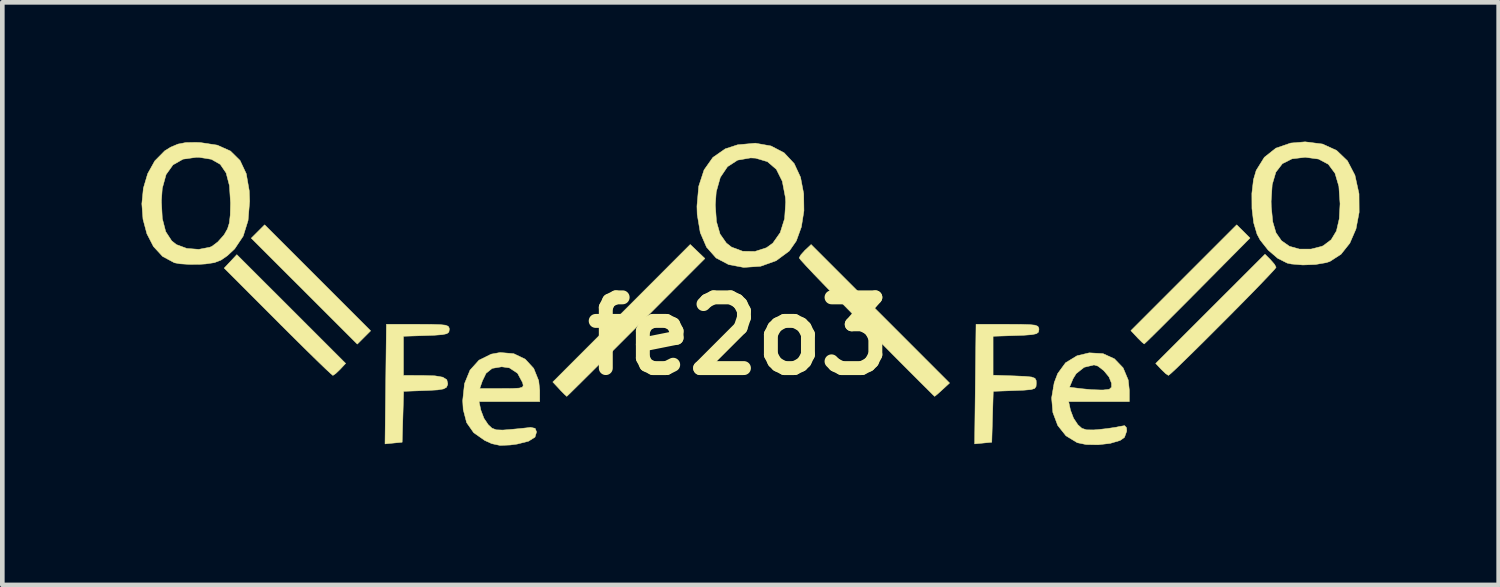
<source format=kicad_pcb>
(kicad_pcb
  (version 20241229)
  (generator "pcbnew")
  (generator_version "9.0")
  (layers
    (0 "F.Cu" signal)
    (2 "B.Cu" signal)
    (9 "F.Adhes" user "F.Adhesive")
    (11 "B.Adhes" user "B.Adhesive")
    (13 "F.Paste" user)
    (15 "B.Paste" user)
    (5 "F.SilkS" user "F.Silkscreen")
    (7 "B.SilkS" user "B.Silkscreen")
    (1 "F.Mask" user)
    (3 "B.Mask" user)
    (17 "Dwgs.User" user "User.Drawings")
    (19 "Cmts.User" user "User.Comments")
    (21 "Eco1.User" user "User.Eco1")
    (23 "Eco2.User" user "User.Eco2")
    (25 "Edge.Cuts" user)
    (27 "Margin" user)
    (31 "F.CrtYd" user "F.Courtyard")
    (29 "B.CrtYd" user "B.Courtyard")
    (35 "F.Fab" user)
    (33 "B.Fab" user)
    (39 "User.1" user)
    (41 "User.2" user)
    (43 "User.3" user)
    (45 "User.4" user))
  (footprint "fe2o3"
    (layer "F.Cu")
    (at 12.865 4.189)
    (property "Reference" "fe2o3" (at 0 0 0) (layer "F.SilkS") (effects (font (size 1.524 1.524) (thickness 0.3))))
    (attr through_hole)
    (fp_poly (pts (xy -9.074 -1.256) (xy -7.932 -0.114) (xy -8.219 0.173) (xy -9.361 -0.968) (xy -10.503 -2.109) (xy -10.359 -2.253) (xy -10.215 -2.397) (xy -9.074 -1.256)) (stroke (width 0.01) (type solid)) (fill yes) (layer "F.SilkS"))
    (fp_poly (pts (xy 11.009 -2.112) (xy 9.878 -0.971) (xy 9.587 -0.678) (xy 9.322 -0.413) (xy 9.094 -0.185) (xy 8.913 -0.006) (xy 8.789 0.115) (xy 8.732 0.168) (xy 8.73 0.169) (xy 8.684 0.133) (xy 8.593 0.043) (xy 8.578 0.026) (xy 8.443 -0.117) (xy 9.583 -1.257) (xy 10.723 -2.397) (xy 11.009 -2.112)) (stroke (width 0.01) (type solid)) (fill yes) (layer "F.SilkS"))
    (fp_poly (pts (xy -9.642 -0.583) (xy -8.47 0.589) (xy -8.591 0.718) (xy -8.685 0.808) (xy -8.744 0.847) (xy -8.745 0.847) (xy -8.792 0.808) (xy -8.908 0.7) (xy -9.083 0.531) (xy -9.307 0.312) (xy -9.569 0.053) (xy -9.86 -0.236) (xy -9.932 -0.309) (xy -11.086 -1.464) (xy -10.95 -1.609) (xy -10.814 -1.754) (xy -9.642 -0.583)) (stroke (width 0.01) (type solid)) (fill yes) (layer "F.SilkS"))
    (fp_poly (pts (xy -0.89 -1.822) (xy -0.732 -1.671) (xy -2.214 -0.186) (xy -2.549 0.149) (xy -2.858 0.458) (xy -3.133 0.732) (xy -3.364 0.962) (xy -3.543 1.139) (xy -3.66 1.254) (xy -3.707 1.298) (xy -3.708 1.298) (xy -3.75 1.261) (xy -3.84 1.17) (xy -3.864 1.143) (xy -4.008 0.989) (xy -2.528 -0.492) (xy -1.048 -1.973) (xy -0.89 -1.822)) (stroke (width 0.01) (type solid)) (fill yes) (layer "F.SilkS"))
    (fp_poly (pts (xy 11.451 -1.644) (xy 11.537 -1.545) (xy 11.571 -1.481) (xy 11.533 -1.432) (xy 11.426 -1.317) (xy 11.264 -1.147) (xy 11.058 -0.934) (xy 10.82 -0.692) (xy 10.563 -0.432) (xy 10.298 -0.167) (xy 10.04 0.091) (xy 9.798 0.33) (xy 9.586 0.537) (xy 9.417 0.701) (xy 9.301 0.808) (xy 9.252 0.847) (xy 9.252 0.847) (xy 9.195 0.81) (xy 9.102 0.721) (xy 9.099 0.718) (xy 8.978 0.589) (xy 10.155 -0.587) (xy 11.332 -1.763) (xy 11.451 -1.644)) (stroke (width 0.01) (type solid)) (fill yes) (layer "F.SilkS"))
    (fp_poly (pts (xy 3.047 -0.481) (xy 4.538 1.011) (xy 4.383 1.154) (xy 4.28 1.247) (xy 4.22 1.296) (xy 4.216 1.298) (xy 4.175 1.26) (xy 4.064 1.149) (xy 3.891 0.977) (xy 3.665 0.751) (xy 3.395 0.48) (xy 3.091 0.173) (xy 2.76 -0.161) (xy 2.751 -0.17) (xy 2.42 -0.506) (xy 2.115 -0.817) (xy 1.846 -1.095) (xy 1.62 -1.329) (xy 1.448 -1.512) (xy 1.338 -1.633) (xy 1.298 -1.684) (xy 1.298 -1.684) (xy 1.336 -1.751) (xy 1.425 -1.85) (xy 1.427 -1.851) (xy 1.556 -1.972) (xy 3.047 -0.481)) (stroke (width 0.01) (type solid)) (fill yes) (layer "F.SilkS"))
    (fp_poly (pts (xy -6.629 -0.253) (xy -6.437 -0.247) (xy -6.32 -0.235) (xy -6.261 -0.211) (xy -6.24 -0.174) (xy -6.237 -0.141) (xy -6.247 -0.086) (xy -6.29 -0.052) (xy -6.388 -0.031) (xy -6.564 -0.018) (xy -6.731 -0.012) (xy -7.225 0.004) (xy -7.225 0.847) (xy -6.816 0.848) (xy -6.548 0.856) (xy -6.378 0.885) (xy -6.291 0.94) (xy -6.271 1.025) (xy -6.275 1.051) (xy -6.299 1.104) (xy -6.362 1.138) (xy -6.486 1.159) (xy -6.696 1.171) (xy -6.758 1.173) (xy -7.221 1.19) (xy -7.253 2.286) (xy -7.438 2.304) (xy -7.622 2.322) (xy -7.607 1.034) (xy -7.592 -0.254) (xy -6.914 -0.254) (xy -6.629 -0.253)) (stroke (width 0.01) (type solid)) (fill yes) (layer "F.SilkS"))
    (fp_poly (pts (xy 6.071 -0.253) (xy 6.263 -0.247) (xy 6.38 -0.235) (xy 6.439 -0.211) (xy 6.46 -0.174) (xy 6.463 -0.141) (xy 6.453 -0.086) (xy 6.41 -0.052) (xy 6.312 -0.031) (xy 6.136 -0.018) (xy 5.969 -0.012) (xy 5.475 0.004) (xy 5.475 0.842) (xy 5.941 0.858) (xy 6.169 0.868) (xy 6.307 0.882) (xy 6.377 0.909) (xy 6.403 0.955) (xy 6.406 1.016) (xy 6.401 1.085) (xy 6.371 1.128) (xy 6.292 1.152) (xy 6.142 1.165) (xy 5.943 1.173) (xy 5.479 1.19) (xy 5.447 2.286) (xy 5.262 2.304) (xy 5.078 2.322) (xy 5.093 1.034) (xy 5.108 -0.254) (xy 5.786 -0.254) (xy 6.071 -0.253)) (stroke (width 0.01) (type solid)) (fill yes) (layer "F.SilkS"))
    (fp_poly (pts (xy 0.692 -4.095) (xy 0.975 -3.947) (xy 1.191 -3.716) (xy 1.328 -3.421) (xy 1.396 -3.065) (xy 1.401 -2.699) (xy 1.346 -2.351) (xy 1.237 -2.05) (xy 1.087 -1.834) (xy 0.803 -1.624) (xy 0.468 -1.504) (xy 0.105 -1.479) (xy -0.22 -1.54) (xy -0.491 -1.683) (xy -0.696 -1.914) (xy -0.832 -2.229) (xy -0.898 -2.623) (xy -0.903 -2.794) (xy -0.901 -2.823) (xy -0.508 -2.823) (xy -0.483 -2.466) (xy -0.406 -2.198) (xy -0.27 -2.004) (xy -0.159 -1.917) (xy 0.082 -1.827) (xy 0.346 -1.823) (xy 0.594 -1.903) (xy 0.73 -2.001) (xy 0.89 -2.228) (xy 0.985 -2.53) (xy 1.008 -2.885) (xy 1.002 -2.984) (xy 0.935 -3.335) (xy 0.807 -3.592) (xy 0.615 -3.757) (xy 0.358 -3.833) (xy 0.251 -3.838) (xy -0.027 -3.79) (xy -0.245 -3.649) (xy -0.4 -3.419) (xy -0.488 -3.106) (xy -0.508 -2.823) (xy -0.901 -2.823) (xy -0.865 -3.227) (xy -0.75 -3.579) (xy -0.56 -3.848) (xy -0.294 -4.033) (xy -0.028 -4.12) (xy 0.354 -4.155) (xy 0.692 -4.095)) (stroke (width 0.01) (type solid)) (fill yes) (layer "F.SilkS"))
    (fp_poly (pts (xy -4.849 0.379) (xy -4.602 0.497) (xy -4.419 0.696) (xy -4.312 0.961) (xy -4.29 1.17) (xy -4.29 1.411) (xy -5.597 1.411) (xy -5.558 1.595) (xy -5.492 1.77) (xy -5.398 1.91) (xy -5.318 1.984) (xy -5.226 2.019) (xy -5.086 2.024) (xy -4.939 2.013) (xy -4.736 1.994) (xy -4.566 1.976) (xy -4.487 1.966) (xy -4.389 1.987) (xy -4.358 2.064) (xy -4.392 2.177) (xy -4.531 2.264) (xy -4.777 2.326) (xy -4.927 2.346) (xy -5.144 2.355) (xy -5.322 2.317) (xy -5.474 2.248) (xy -5.712 2.081) (xy -5.864 1.864) (xy -5.938 1.581) (xy -5.949 1.389) (xy -5.921 1.129) (xy -5.582 1.129) (xy -5.101 1.129) (xy -4.869 1.128) (xy -4.73 1.12) (xy -4.662 1.1) (xy -4.645 1.062) (xy -4.659 1.002) (xy -4.768 0.8) (xy -4.944 0.684) (xy -5.109 0.661) (xy -5.313 0.695) (xy -5.445 0.8) (xy -5.524 0.963) (xy -5.582 1.129) (xy -5.921 1.129) (xy -5.91 1.025) (xy -5.791 0.733) (xy -5.598 0.519) (xy -5.335 0.389) (xy -5.143 0.354) (xy -4.849 0.379)) (stroke (width 0.01) (type solid)) (fill yes) (layer "F.SilkS"))
    (fp_poly (pts (xy 7.843 0.378) (xy 8.09 0.49) (xy 8.276 0.684) (xy 8.386 0.946) (xy 8.41 1.17) (xy 8.41 1.411) (xy 7.103 1.411) (xy 7.142 1.595) (xy 7.208 1.769) (xy 7.301 1.909) (xy 7.387 1.986) (xy 7.487 2.019) (xy 7.641 2.021) (xy 7.733 2.014) (xy 7.94 1.991) (xy 8.125 1.963) (xy 8.199 1.947) (xy 8.309 1.929) (xy 8.349 1.974) (xy 8.354 2.045) (xy 8.305 2.182) (xy 8.211 2.248) (xy 7.997 2.311) (xy 7.736 2.341) (xy 7.48 2.336) (xy 7.288 2.296) (xy 7.045 2.148) (xy 6.868 1.925) (xy 6.763 1.646) (xy 6.736 1.332) (xy 6.775 1.101) (xy 7.121 1.101) (xy 7.384 1.134) (xy 7.595 1.154) (xy 7.797 1.161) (xy 7.846 1.161) (xy 7.978 1.146) (xy 8.027 1.1) (xy 8.026 1.014) (xy 7.972 0.88) (xy 7.862 0.746) (xy 7.735 0.647) (xy 7.649 0.621) (xy 7.437 0.672) (xy 7.265 0.808) (xy 7.198 0.917) (xy 7.121 1.101) (xy 6.775 1.101) (xy 6.792 1.003) (xy 6.867 0.807) (xy 7.036 0.575) (xy 7.283 0.424) (xy 7.547 0.361) (xy 7.843 0.378)) (stroke (width 0.01) (type solid)) (fill yes) (layer "F.SilkS"))
    (fp_poly (pts (xy 12.57 -4.137) (xy 12.874 -3.999) (xy 13.108 -3.775) (xy 13.269 -3.465) (xy 13.355 -3.074) (xy 13.357 -3.062) (xy 13.36 -2.667) (xy 13.292 -2.308) (xy 13.159 -2.001) (xy 12.969 -1.762) (xy 12.73 -1.608) (xy 12.652 -1.582) (xy 12.418 -1.542) (xy 12.147 -1.532) (xy 11.899 -1.553) (xy 11.811 -1.572) (xy 11.606 -1.675) (xy 11.4 -1.852) (xy 11.228 -2.069) (xy 11.161 -2.194) (xy 11.088 -2.441) (xy 11.051 -2.749) (xy 11.05 -2.904) (xy 11.464 -2.904) (xy 11.467 -2.787) (xy 11.499 -2.461) (xy 11.569 -2.224) (xy 11.687 -2.054) (xy 11.859 -1.934) (xy 12.073 -1.874) (xy 12.324 -1.874) (xy 12.556 -1.933) (xy 12.589 -1.948) (xy 12.758 -2.076) (xy 12.871 -2.264) (xy 12.932 -2.528) (xy 12.949 -2.85) (xy 12.923 -3.226) (xy 12.84 -3.507) (xy 12.696 -3.701) (xy 12.486 -3.813) (xy 12.205 -3.851) (xy 12.192 -3.851) (xy 11.914 -3.818) (xy 11.707 -3.714) (xy 11.566 -3.531) (xy 11.487 -3.263) (xy 11.464 -2.904) (xy 11.05 -2.904) (xy 11.049 -3.072) (xy 11.084 -3.37) (xy 11.142 -3.568) (xy 11.318 -3.851) (xy 11.567 -4.048) (xy 11.887 -4.158) (xy 12.197 -4.184) (xy 12.57 -4.137)) (stroke (width 0.01) (type solid)) (fill yes) (layer "F.SilkS"))
    (fp_poly (pts (xy -11.599 -4.168) (xy -11.235 -4.113) (xy -10.951 -3.986) (xy -10.745 -3.783) (xy -10.611 -3.498) (xy -10.546 -3.127) (xy -10.538 -2.905) (xy -10.572 -2.49) (xy -10.677 -2.153) (xy -10.86 -1.879) (xy -11.018 -1.731) (xy -11.156 -1.636) (xy -11.297 -1.582) (xy -11.486 -1.554) (xy -11.61 -1.546) (xy -11.834 -1.544) (xy -12.036 -1.557) (xy -12.158 -1.579) (xy -12.412 -1.715) (xy -12.61 -1.93) (xy -12.751 -2.204) (xy -12.835 -2.517) (xy -12.86 -2.85) (xy -12.854 -2.907) (xy -12.439 -2.907) (xy -12.419 -2.532) (xy -12.346 -2.25) (xy -12.217 -2.052) (xy -12.116 -1.971) (xy -11.892 -1.888) (xy -11.633 -1.868) (xy -11.394 -1.914) (xy -11.347 -1.935) (xy -11.223 -2.029) (xy -11.098 -2.169) (xy -11.079 -2.196) (xy -11.014 -2.311) (xy -10.975 -2.436) (xy -10.956 -2.606) (xy -10.95 -2.854) (xy -10.95 -2.873) (xy -10.973 -3.24) (xy -11.044 -3.513) (xy -11.171 -3.699) (xy -11.362 -3.808) (xy -11.622 -3.85) (xy -11.685 -3.851) (xy -11.972 -3.811) (xy -12.189 -3.688) (xy -12.338 -3.479) (xy -12.42 -3.181) (xy -12.439 -2.907) (xy -12.854 -2.907) (xy -12.827 -3.184) (xy -12.734 -3.498) (xy -12.581 -3.773) (xy -12.367 -3.99) (xy -12.239 -4.069) (xy -12.08 -4.136) (xy -11.914 -4.168) (xy -11.697 -4.172) (xy -11.599 -4.168)) (stroke (width 0.01) (type solid)) (fill yes) (layer "F.SilkS")))
  (gr_rect
    (start -3 -3)
    (end 29.23 9.549)
    (stroke (width 0.1) (type default))
    (fill no)
    (layer "Edge.Cuts")))
</source>
